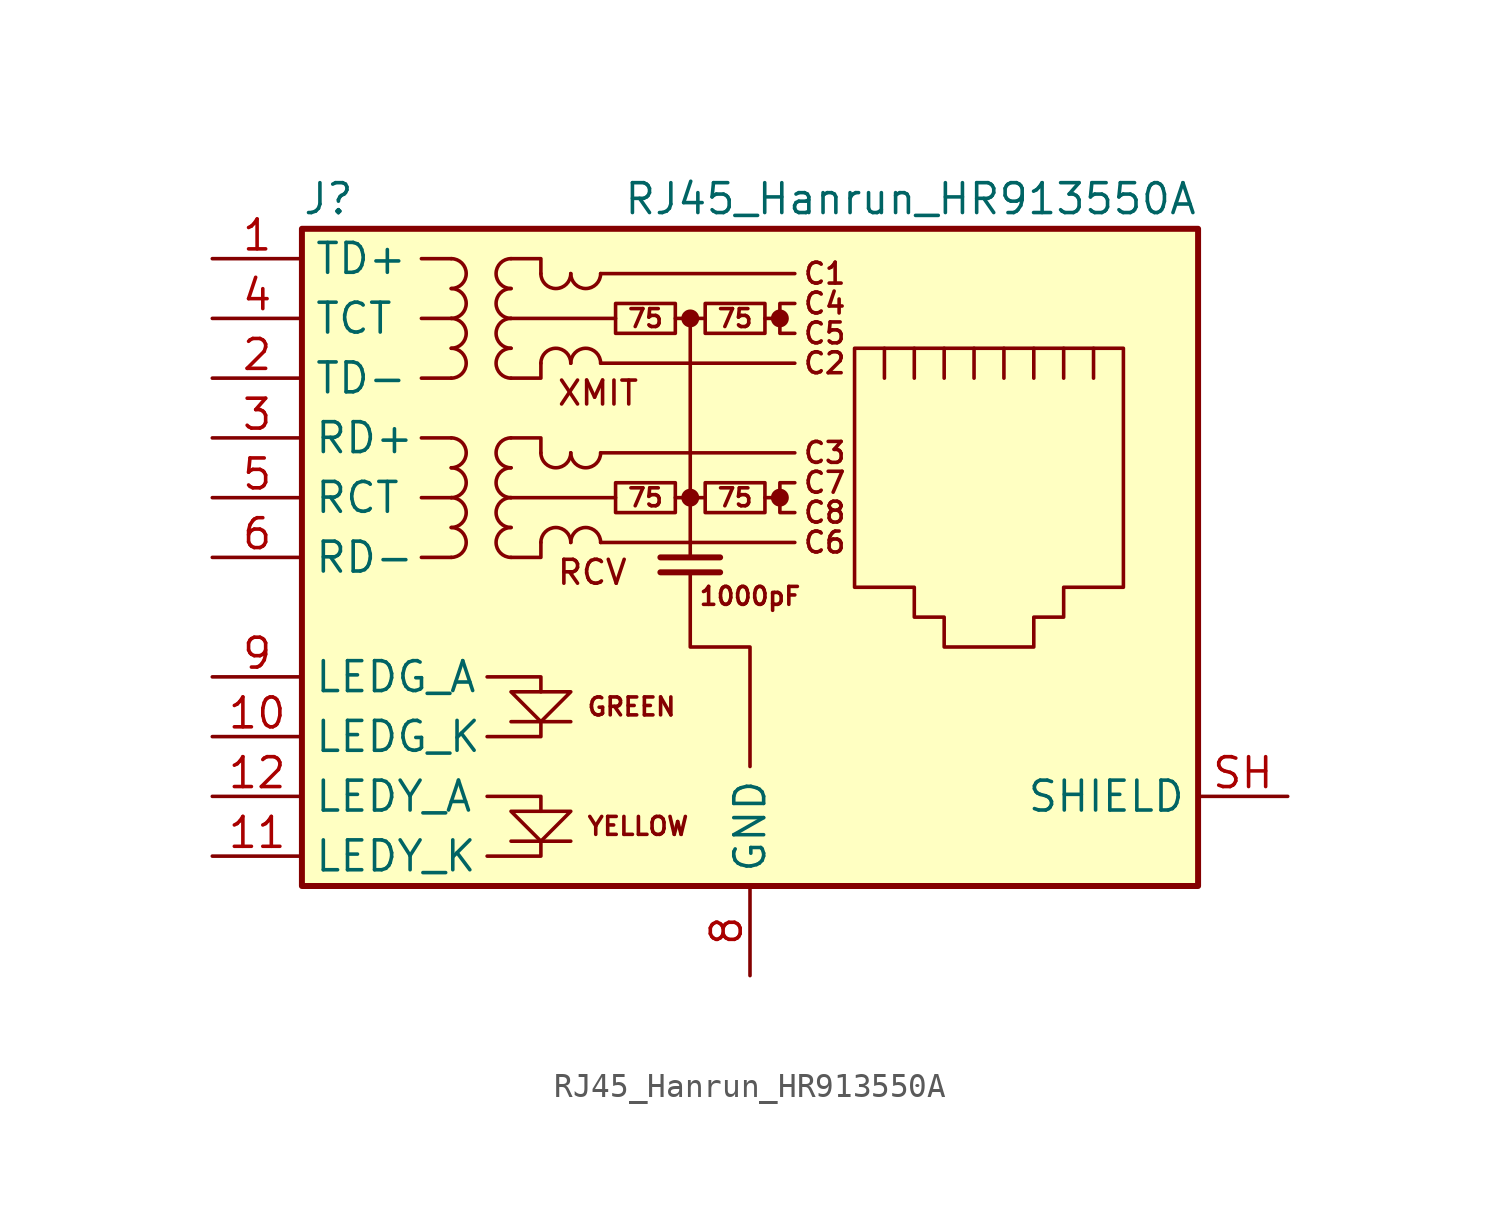
<source format=kicad_sym>
(kicad_symbol_lib
  (version 20231120)
  (generator "kicad_symbol_editor")
  (generator_version "8.0")
  (symbol "RJ45_Hanrun_HR913550A"
    (property "Reference" "J"
      (at -19.05 15.24 0)
      (do_not_autoplace)
      (effects (font (size 1.27 1.27)) (justify left)))
    (property "Value" "RJ45_Hanrun_HR913550A"
      (at 19.05 15.24 0)
      (do_not_autoplace)
      (effects (font (size 1.27 1.27)) (justify right)))
    (symbol "RJ45_Hanrun_HR913550A_0_0"
      (circle (center -2.54 2.54) (radius 0.254) (stroke (width 0.254) (type default)) (fill (type outline)))
      (circle (center -2.54 10.16) (radius 0.254) (stroke (width 0.254) (type default)) (fill (type outline)))
      (polyline (pts (xy -7.62 -12.065) (xy -10.16 -12.065)) (stroke (width 0) (type default)) (fill (type none)))
      (polyline (pts (xy -7.62 -6.985) (xy -10.16 -6.985)) (stroke (width 0) (type default)) (fill (type none)))
      (polyline (pts (xy -2.54 10.16) (xy -2.54 0)) (stroke (width 0) (type default)) (fill (type none)))
      (polyline (pts (xy -1.27 -0.635) (xy -3.81 -0.635)) (stroke (width 0.254) (type default)) (fill (type none)))
      (polyline (pts (xy -1.27 0) (xy -3.81 0)) (stroke (width 0.254) (type default)) (fill (type none)))
      (polyline (pts (xy 1.27 2.54) (xy 0.635 2.54)) (stroke (width 0) (type default)) (fill (type none)))
      (polyline (pts (xy 1.27 10.16) (xy 0.635 10.16)) (stroke (width 0) (type default)) (fill (type none)))
      (polyline (pts (xy -11.176 -12.7) (xy -8.89 -12.7) (xy -8.89 -12.065)) (stroke (width 0) (type default)) (fill (type none)))
      (polyline (pts (xy -11.176 -10.16) (xy -8.89 -10.16) (xy -8.89 -10.795)) (stroke (width 0) (type default)) (fill (type none)))
      (polyline (pts (xy -11.176 -5.08) (xy -8.89 -5.08) (xy -8.89 -5.715)) (stroke (width 0) (type default)) (fill (type none)))
      (polyline (pts (xy -8.89 -6.985) (xy -8.89 -7.62) (xy -11.176 -7.62)) (stroke (width 0) (type default)) (fill (type none)))
      (polyline (pts (xy -10.16 -5.715) (xy -7.62 -5.715) (xy -8.89 -6.985) (xy -10.16 -5.715)) (stroke (width 0) (type default)) (fill (type none)))
      (polyline (pts (xy -7.62 -10.795) (xy -10.16 -10.795) (xy -8.89 -12.065) (xy -7.62 -10.795)) (stroke (width 0) (type default)) (fill (type none)))
      (polyline (pts (xy -2.54 -0.635) (xy -2.54 -3.81) (xy 0 -3.81) (xy 0 -8.89)) (stroke (width 0) (type default)) (fill (type none)))
      (polyline (pts (xy 1.905 3.175) (xy 1.27 3.175) (xy 1.27 1.905) (xy 1.905 1.905)) (stroke (width 0) (type default)) (fill (type none)))
      (polyline (pts (xy 1.905 10.795) (xy 1.27 10.795) (xy 1.27 9.525) (xy 1.905 9.525)) (stroke (width 0) (type default)) (fill (type none)))
      (circle (center 1.27 2.54) (radius 0.254) (stroke (width 0.254) (type default)) (fill (type outline)))
      (circle (center 1.27 10.16) (radius 0.254) (stroke (width 0.254) (type default)) (fill (type outline)))
      (text "1000pF" (at 0 -1.651 0) (effects (font (size 0.762 0.762))))
      (text "75" (at -4.445 2.54 0) (effects (font (size 0.762 0.762))))
      (text "75" (at -4.445 10.16 0) (effects (font (size 0.762 0.762))))
      (text "75" (at -0.635 2.54 0) (effects (font (size 0.762 0.762))))
      (text "75" (at -0.635 10.16 0) (effects (font (size 0.762 0.762))))
      (text "C1" (at 3.175 12.065 0) (effects (font (size 0.889 0.889))))
      (text "C2" (at 3.175 8.255 0) (effects (font (size 0.889 0.889))))
      (text "C3" (at 3.175 4.445 0) (effects (font (size 0.889 0.889))))
      (text "C4" (at 3.175 10.795 0) (effects (font (size 0.889 0.889))))
      (text "C5" (at 3.175 9.525 0) (effects (font (size 0.889 0.889))))
      (text "C6" (at 3.175 0.635 0) (effects (font (size 0.889 0.889))))
      (text "C7" (at 3.175 3.175 0) (effects (font (size 0.889 0.889))))
      (text "C8" (at 3.175 1.905 0) (effects (font (size 0.889 0.889))))
      (text "GREEN" (at -6.985 -6.35 0) (effects (font (size 0.762 0.762)) (justify left)))
      (text "RCV" (at -8.255 -0.635 0) (effects (font (size 1.016 1.016)) (justify left)))
      (text "XMIT" (at -8.255 6.985 0) (effects (font (size 1.016 1.016)) (justify left)))
      (text "YELLOW" (at -6.985 -11.43 0) (effects (font (size 0.762 0.762)) (justify left))))
    (symbol "RJ45_Hanrun_HR913550A_0_1"
      (rectangle (start -19.05 -13.97) (end 19.05 13.97) (stroke (width 0.254) (type default)) (fill (type background)))
      (arc (start -12.7 0) (mid -12.0677 0.635) (end -12.7 1.27) (stroke (width 0) (type default)) (fill (type none)))
      (arc (start -12.7 1.27) (mid -12.0677 1.905) (end -12.7 2.54) (stroke (width 0) (type default)) (fill (type none)))
      (arc (start -12.7 2.54) (mid -12.0677 3.175) (end -12.7 3.81) (stroke (width 0) (type default)) (fill (type none)))
      (arc (start -12.7 3.81) (mid -12.0677 4.445) (end -12.7 5.08) (stroke (width 0) (type default)) (fill (type none)))
      (arc (start -12.7 7.62) (mid -12.0677 8.255) (end -12.7 8.89) (stroke (width 0) (type default)) (fill (type none)))
      (arc (start -12.7 8.89) (mid -12.0677 9.525) (end -12.7 10.16) (stroke (width 0) (type default)) (fill (type none)))
      (arc (start -12.7 10.16) (mid -12.0677 10.795) (end -12.7 11.43) (stroke (width 0) (type default)) (fill (type none)))
      (arc (start -12.7 11.43) (mid -12.0677 12.065) (end -12.7 12.7) (stroke (width 0) (type default)) (fill (type none)))
      (arc (start -10.16 1.27) (mid -10.7923 0.635) (end -10.16 0) (stroke (width 0) (type default)) (fill (type none)))
      (arc (start -10.16 2.54) (mid -10.7923 1.905) (end -10.16 1.27) (stroke (width 0) (type default)) (fill (type none)))
      (arc (start -10.16 3.81) (mid -10.7923 3.175) (end -10.16 2.54) (stroke (width 0) (type default)) (fill (type none)))
      (arc (start -10.16 5.08) (mid -10.7923 4.445) (end -10.16 3.81) (stroke (width 0) (type default)) (fill (type none)))
      (arc (start -10.16 8.89) (mid -10.7923 8.255) (end -10.16 7.62) (stroke (width 0) (type default)) (fill (type none)))
      (arc (start -10.16 10.16) (mid -10.7923 9.525) (end -10.16 8.89) (stroke (width 0) (type default)) (fill (type none)))
      (arc (start -10.16 11.43) (mid -10.7923 10.795) (end -10.16 10.16) (stroke (width 0) (type default)) (fill (type none)))
      (arc (start -10.16 12.7) (mid -10.7923 12.065) (end -10.16 11.43) (stroke (width 0) (type default)) (fill (type none)))
      (arc (start -8.89 4.445) (mid -8.255 3.8127) (end -7.62 4.445) (stroke (width 0) (type default)) (fill (type none)))
      (arc (start -8.89 12.065) (mid -8.255 11.4327) (end -7.62 12.065) (stroke (width 0) (type default)) (fill (type none)))
      (arc (start -7.62 0.635) (mid -8.255 1.2673) (end -8.89 0.635) (stroke (width 0) (type default)) (fill (type none)))
      (arc (start -7.62 4.445) (mid -6.985 3.8127) (end -6.35 4.445) (stroke (width 0) (type default)) (fill (type none)))
      (arc (start -7.62 8.255) (mid -8.255 8.8873) (end -8.89 8.255) (stroke (width 0) (type default)) (fill (type none)))
      (arc (start -7.62 12.065) (mid -6.985 11.4327) (end -6.35 12.065) (stroke (width 0) (type default)) (fill (type none)))
      (arc (start -6.35 0.635) (mid -6.985 1.2673) (end -7.62 0.635) (stroke (width 0) (type default)) (fill (type none)))
      (arc (start -6.35 8.255) (mid -6.985 8.8873) (end -7.62 8.255) (stroke (width 0) (type default)) (fill (type none)))
      (rectangle (start -5.715 3.175) (end -3.175 1.905) (stroke (width 0) (type default)) (fill (type none)))
      (rectangle (start -5.715 10.795) (end -3.175 9.525) (stroke (width 0) (type default)) (fill (type none)))
      (rectangle (start -1.905 3.175) (end 0.635 1.905) (stroke (width 0) (type default)) (fill (type none)))
      (rectangle (start -1.905 10.795) (end 0.635 9.525) (stroke (width 0) (type default)) (fill (type none)))
      (polyline (pts (xy -12.7 0) (xy -13.97 0)) (stroke (width 0) (type default)) (fill (type none)))
      (polyline (pts (xy -12.7 2.54) (xy -13.97 2.54)) (stroke (width 0) (type default)) (fill (type none)))
      (polyline (pts (xy -12.7 5.08) (xy -13.97 5.08)) (stroke (width 0) (type default)) (fill (type none)))
      (polyline (pts (xy -12.7 7.62) (xy -13.97 7.62)) (stroke (width 0) (type default)) (fill (type none)))
      (polyline (pts (xy -12.7 10.16) (xy -13.97 10.16)) (stroke (width 0) (type default)) (fill (type none)))
      (polyline (pts (xy -12.7 12.7) (xy -13.97 12.7)) (stroke (width 0) (type default)) (fill (type none)))
      (polyline (pts (xy -6.35 0.635) (xy 1.905 0.635)) (stroke (width 0) (type default)) (fill (type none)))
      (polyline (pts (xy -6.35 4.445) (xy 1.905 4.445)) (stroke (width 0) (type default)) (fill (type none)))
      (polyline (pts (xy -6.35 8.255) (xy 1.905 8.255)) (stroke (width 0) (type default)) (fill (type none)))
      (polyline (pts (xy -6.35 12.065) (xy 1.905 12.065)) (stroke (width 0) (type default)) (fill (type none)))
      (polyline (pts (xy -5.715 2.54) (xy -10.16 2.54)) (stroke (width 0) (type default)) (fill (type none)))
      (polyline (pts (xy -5.715 10.16) (xy -10.16 10.16)) (stroke (width 0) (type default)) (fill (type none)))
      (polyline (pts (xy -3.175 2.54) (xy -1.905 2.54)) (stroke (width 0) (type default)) (fill (type none)))
      (polyline (pts (xy -3.175 10.16) (xy -1.905 10.16)) (stroke (width 0) (type default)) (fill (type none)))
      (polyline (pts (xy 5.715 7.62) (xy 5.715 8.89)) (stroke (width 0) (type default)) (fill (type none)))
      (polyline (pts (xy 6.985 8.89) (xy 6.985 7.62)) (stroke (width 0) (type default)) (fill (type none)))
      (polyline (pts (xy 8.255 8.89) (xy 8.255 7.62)) (stroke (width 0) (type default)) (fill (type none)))
      (polyline (pts (xy 9.525 8.89) (xy 9.525 7.62)) (stroke (width 0) (type default)) (fill (type none)))
      (polyline (pts (xy 10.795 8.89) (xy 10.795 7.62)) (stroke (width 0) (type default)) (fill (type none)))
      (polyline (pts (xy 12.065 8.89) (xy 12.065 7.62)) (stroke (width 0) (type default)) (fill (type none)))
      (polyline (pts (xy 13.335 7.62) (xy 13.335 8.89)) (stroke (width 0) (type default)) (fill (type none)))
      (polyline (pts (xy 14.605 7.62) (xy 14.605 8.89)) (stroke (width 0) (type default)) (fill (type none)))
      (polyline (pts (xy -10.16 5.08) (xy -8.89 5.08) (xy -8.89 4.445)) (stroke (width 0) (type default)) (fill (type none)))
      (polyline (pts (xy -10.16 12.7) (xy -8.89 12.7) (xy -8.89 12.065)) (stroke (width 0) (type default)) (fill (type none)))
      (polyline (pts (xy -8.89 0.635) (xy -8.89 0) (xy -10.16 0)) (stroke (width 0) (type default)) (fill (type none)))
      (polyline (pts (xy -8.89 8.255) (xy -8.89 7.62) (xy -10.16 7.62)) (stroke (width 0) (type default)) (fill (type none)))
      (polyline (pts (xy 4.445 8.89) (xy 15.875 8.89) (xy 15.875 -1.27) (xy 13.335 -1.27) (xy 13.335 -2.54) (xy 12.065 -2.54) (xy 12.065 -3.81) (xy 8.255 -3.81) (xy 8.255 -2.54) (xy 6.985 -2.54) (xy 6.985 -1.27) (xy 4.445 -1.27) (xy 4.445 8.89)) (stroke (width 0) (type default)) (fill (type none))))
    (symbol "RJ45_Hanrun_HR913550A_1_1"
      (pin passive line (at -22.86 12.7 0) (length 3.81) (name "TD+" (effects (font (size 1.27 1.27)))) (number "1" (effects (font (size 1.27 1.27)))))
      (pin passive line (at -22.86 -7.62 0) (length 3.81) (name "LEDG_K" (effects (font (size 1.27 1.27)))) (number "10" (effects (font (size 1.27 1.27)))))
      (pin passive line (at -22.86 -12.7 0) (length 3.81) (name "LEDY_K" (effects (font (size 1.27 1.27)))) (number "11" (effects (font (size 1.27 1.27)))))
      (pin passive line (at -22.86 -10.16 0) (length 3.81) (name "LEDY_A" (effects (font (size 1.27 1.27)))) (number "12" (effects (font (size 1.27 1.27)))))
      (pin passive line (at -22.86 7.62 0) (length 3.81) (name "TD-" (effects (font (size 1.27 1.27)))) (number "2" (effects (font (size 1.27 1.27)))))
      (pin passive line (at -22.86 5.08 0) (length 3.81) (name "RD+" (effects (font (size 1.27 1.27)))) (number "3" (effects (font (size 1.27 1.27)))))
      (pin passive line (at -22.86 10.16 0) (length 3.81) (name "TCT" (effects (font (size 1.27 1.27)))) (number "4" (effects (font (size 1.27 1.27)))))
      (pin passive line (at -22.86 2.54 0) (length 3.81) (name "RCT" (effects (font (size 1.27 1.27)))) (number "5" (effects (font (size 1.27 1.27)))))
      (pin passive line (at -22.86 0 0) (length 3.81) (name "RD-" (effects (font (size 1.27 1.27)))) (number "6" (effects (font (size 1.27 1.27)))))
      (pin no_connect line (at 5.08 -5.08 0) (length 0) hide (name "NC" (effects (font (size 1.27 1.27)))) (number "7" (effects (font (size 1.27 1.27)))))
      (pin power_in line (at 0 -17.78 90) (length 3.81) (name "GND" (effects (font (size 1.27 1.27)))) (number "8" (effects (font (size 1.27 1.27)))))
      (pin passive line (at -22.86 -5.08 0) (length 3.81) (name "LEDG_A" (effects (font (size 1.27 1.27)))) (number "9" (effects (font (size 1.27 1.27)))))
      (pin passive line (at 22.86 -10.16 180) (length 3.81) (name "SHIELD" (effects (font (size 1.27 1.27)))) (number "SH" (effects (font (size 1.27 1.27))))))))
</source>
